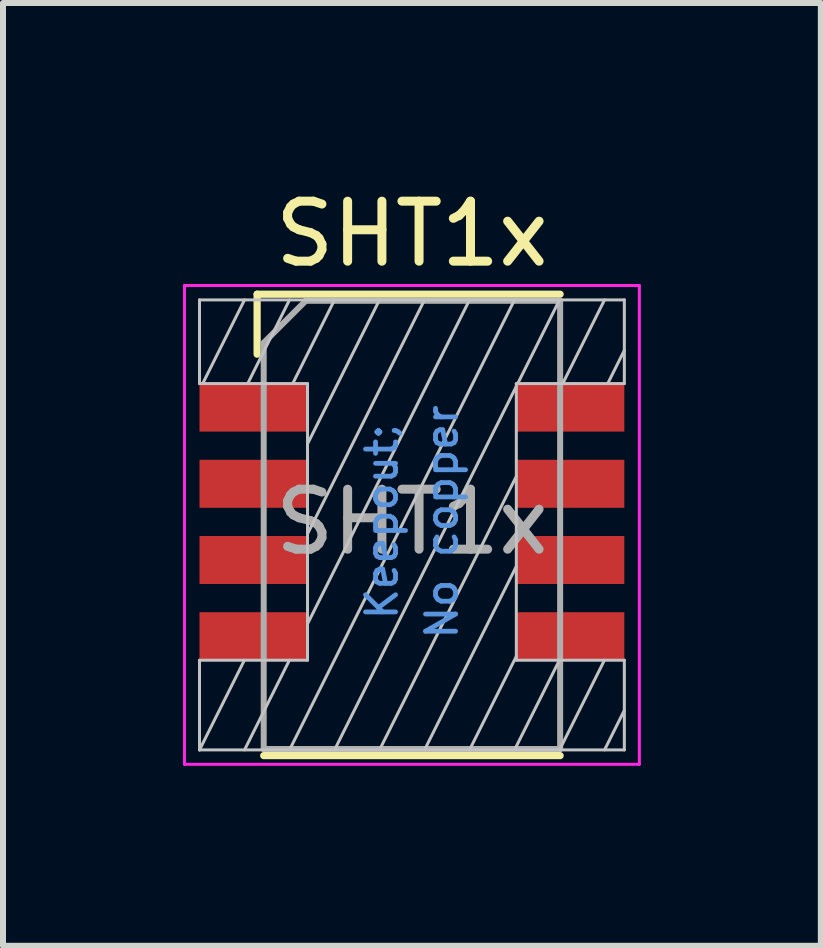
<source format=kicad_pcb>
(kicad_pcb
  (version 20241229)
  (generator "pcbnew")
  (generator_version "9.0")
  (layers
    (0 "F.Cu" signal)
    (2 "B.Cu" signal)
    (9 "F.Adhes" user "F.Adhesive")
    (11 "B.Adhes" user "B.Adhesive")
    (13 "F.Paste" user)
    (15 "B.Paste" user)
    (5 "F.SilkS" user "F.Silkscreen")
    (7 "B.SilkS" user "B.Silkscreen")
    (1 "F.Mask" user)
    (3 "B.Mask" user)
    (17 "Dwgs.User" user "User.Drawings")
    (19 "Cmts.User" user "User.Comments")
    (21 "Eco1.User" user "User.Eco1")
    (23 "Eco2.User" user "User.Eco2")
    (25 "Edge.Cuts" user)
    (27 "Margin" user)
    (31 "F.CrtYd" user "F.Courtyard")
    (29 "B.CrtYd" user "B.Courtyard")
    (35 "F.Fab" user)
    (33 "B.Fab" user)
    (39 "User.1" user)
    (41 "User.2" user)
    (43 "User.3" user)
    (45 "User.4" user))
  (footprint "SHT1x"
    (layer "F.Cu")
    (at 3.815 5.648)
    (property "Reference" "SHT1x" (at 0 -4.8 0) (layer "F.SilkS") (effects (font (size 1 1) (thickness 0.15))))
    (attr smd)
    (fp_line (start -2.58 -3.795) (end 2.47 -3.795) (stroke (width 0.12) (type solid)) (layer "F.SilkS"))
    (fp_line (start -2.58 -2.795) (end -2.58 -3.795) (stroke (width 0.12) (type solid)) (layer "F.SilkS"))
    (fp_line (start -2.47 3.895) (end 2.47 3.895) (stroke (width 0.12) (type solid)) (layer "F.SilkS"))
    (fp_line (start -3.54 -3.7) (end 3.54 -3.7) (stroke (width 0.05) (type solid)) (layer "Dwgs.User"))
    (fp_line (start -3.54 -2.305) (end -3.54 -3.7) (stroke (width 0.05) (type solid)) (layer "Dwgs.User"))
    (fp_line (start -3.54 2.305) (end -1.74 2.305) (stroke (width 0.05) (type solid)) (layer "Dwgs.User"))
    (fp_line (start -3.54 3.8) (end -3.54 2.305) (stroke (width 0.05) (type solid)) (layer "Dwgs.User"))
    (fp_line (start -3.54 3.8) (end -2.792 2.305) (stroke (width 0.05) (type solid)) (layer "Dwgs.User"))
    (fp_line (start -3.487 -2.305) (end -2.79 -3.7) (stroke (width 0.05) (type solid)) (layer "Dwgs.User"))
    (fp_line (start -2.79 3.8) (end -2.042 2.305) (stroke (width 0.05) (type solid)) (layer "Dwgs.User"))
    (fp_line (start -2.737 -2.305) (end -2.04 -3.7) (stroke (width 0.05) (type solid)) (layer "Dwgs.User"))
    (fp_line (start -2.04 3.8) (end 1.71 -3.7) (stroke (width 0.05) (type solid)) (layer "Dwgs.User"))
    (fp_line (start -1.987 -2.305) (end -1.29 -3.7) (stroke (width 0.05) (type solid)) (layer "Dwgs.User"))
    (fp_line (start -1.74 -2.305) (end -3.54 -2.305) (stroke (width 0.05) (type solid)) (layer "Dwgs.User"))
    (fp_line (start -1.74 -1.3) (end -0.54 -3.7) (stroke (width 0.05) (type solid)) (layer "Dwgs.User"))
    (fp_line (start -1.74 0.2) (end 0.21 -3.7) (stroke (width 0.05) (type solid)) (layer "Dwgs.User"))
    (fp_line (start -1.74 1.7) (end 0.96 -3.7) (stroke (width 0.05) (type solid)) (layer "Dwgs.User"))
    (fp_line (start -1.74 2.305) (end -1.74 -2.305) (stroke (width 0.05) (type solid)) (layer "Dwgs.User"))
    (fp_line (start -1.29 3.8) (end 1.74 -2.26) (stroke (width 0.05) (type solid)) (layer "Dwgs.User"))
    (fp_line (start -0.54 3.8) (end 1.74 -0.76) (stroke (width 0.05) (type solid)) (layer "Dwgs.User"))
    (fp_line (start 0.21 3.8) (end 1.74 0.74) (stroke (width 0.05) (type solid)) (layer "Dwgs.User"))
    (fp_line (start 0.96 3.8) (end 1.74 2.24) (stroke (width 0.05) (type solid)) (layer "Dwgs.User"))
    (fp_line (start 1.71 3.8) (end 2.458 2.305) (stroke (width 0.05) (type solid)) (layer "Dwgs.User"))
    (fp_line (start 1.74 -2.305) (end 1.74 2.305) (stroke (width 0.05) (type solid)) (layer "Dwgs.User"))
    (fp_line (start 1.74 2.305) (end 3.54 2.305) (stroke (width 0.05) (type solid)) (layer "Dwgs.User"))
    (fp_line (start 1.763 -2.305) (end 2.46 -3.7) (stroke (width 0.05) (type solid)) (layer "Dwgs.User"))
    (fp_line (start 2.46 3.8) (end 3.208 2.305) (stroke (width 0.05) (type solid)) (layer "Dwgs.User"))
    (fp_line (start 2.513 -2.305) (end 3.21 -3.7) (stroke (width 0.05) (type solid)) (layer "Dwgs.User"))
    (fp_line (start 3.21 3.8) (end 3.54 3.14) (stroke (width 0.05) (type solid)) (layer "Dwgs.User"))
    (fp_line (start 3.263 -2.305) (end 3.54 -2.86) (stroke (width 0.05) (type solid)) (layer "Dwgs.User"))
    (fp_line (start 3.54 -3.7) (end 3.54 -2.305) (stroke (width 0.05) (type solid)) (layer "Dwgs.User"))
    (fp_line (start 3.54 -2.305) (end 1.74 -2.305) (stroke (width 0.05) (type solid)) (layer "Dwgs.User"))
    (fp_line (start 3.54 2.305) (end 3.54 3.8) (stroke (width 0.05) (type solid)) (layer "Dwgs.User"))
    (fp_line (start 3.54 3.8) (end -3.54 3.8) (stroke (width 0.05) (type solid)) (layer "Dwgs.User"))
    (fp_line (start -3.79 -3.94) (end 3.79 -3.94) (stroke (width 0.05) (type solid)) (layer "F.CrtYd"))
    (fp_line (start -3.79 4.04) (end -3.79 -3.94) (stroke (width 0.05) (type solid)) (layer "F.CrtYd"))
    (fp_line (start 3.79 -3.94) (end 3.79 4.04) (stroke (width 0.05) (type solid)) (layer "F.CrtYd"))
    (fp_line (start 3.79 4.04) (end -3.79 4.04) (stroke (width 0.05) (type solid)) (layer "F.CrtYd"))
    (fp_line (start -2.47 -2.985) (end -1.77 -3.685) (stroke (width 0.1) (type solid)) (layer "F.Fab"))
    (fp_line (start -2.47 3.785) (end -2.47 -2.985) (stroke (width 0.1) (type solid)) (layer "F.Fab"))
    (fp_line (start -1.77 -3.685) (end 2.47 -3.685) (stroke (width 0.1) (type solid)) (layer "F.Fab"))
    (fp_line (start 2.47 -3.685) (end 2.47 3.785) (stroke (width 0.1) (type solid)) (layer "F.Fab"))
    (fp_line (start 2.47 3.785) (end -2.47 3.785) (stroke (width 0.1) (type solid)) (layer "F.Fab"))
    (fp_text user "No copper" (at 0.5 0 90) (layer "Cmts.User") (effects (font (size 0.5 0.5) (thickness 0.08))))
    (fp_text user "Keepout;" (at -0.5 0 90) (layer "Cmts.User") (effects (font (size 0.5 0.5) (thickness 0.08))))
    (fp_text user "${REFERENCE}" (at 0 0 0) (layer "F.Fab") (effects (font (size 1 1) (thickness 0.15))))
    (pad "1" smd rect (at -2.64 -1.905) (size 1.8 0.8) (layers "F.Cu" "F.Mask" "F.Paste"))
    (pad "2" smd rect (at -2.64 -0.635) (size 1.8 0.8) (layers "F.Cu" "F.Mask" "F.Paste"))
    (pad "3" smd rect (at -2.64 0.635) (size 1.8 0.8) (layers "F.Cu" "F.Mask" "F.Paste"))
    (pad "4" smd rect (at -2.64 1.905) (size 1.8 0.8) (layers "F.Cu" "F.Mask" "F.Paste"))
    (pad "5" smd rect (at 2.64 1.905) (size 1.8 0.8) (layers "F.Cu" "F.Mask" "F.Paste"))
    (pad "6" smd rect (at 2.64 0.635) (size 1.8 0.8) (layers "F.Cu" "F.Mask" "F.Paste"))
    (pad "7" smd rect (at 2.64 -0.635) (size 1.8 0.8) (layers "F.Cu" "F.Mask" "F.Paste"))
    (pad "8" smd rect (at 2.64 -1.905) (size 1.8 0.8) (layers "F.Cu" "F.Mask" "F.Paste")))
  (gr_rect
    (start -3 -3)
    (end 10.63 12.713)
    (stroke (width 0.1) (type default))
    (fill no)
    (layer "Edge.Cuts")))
</source>
